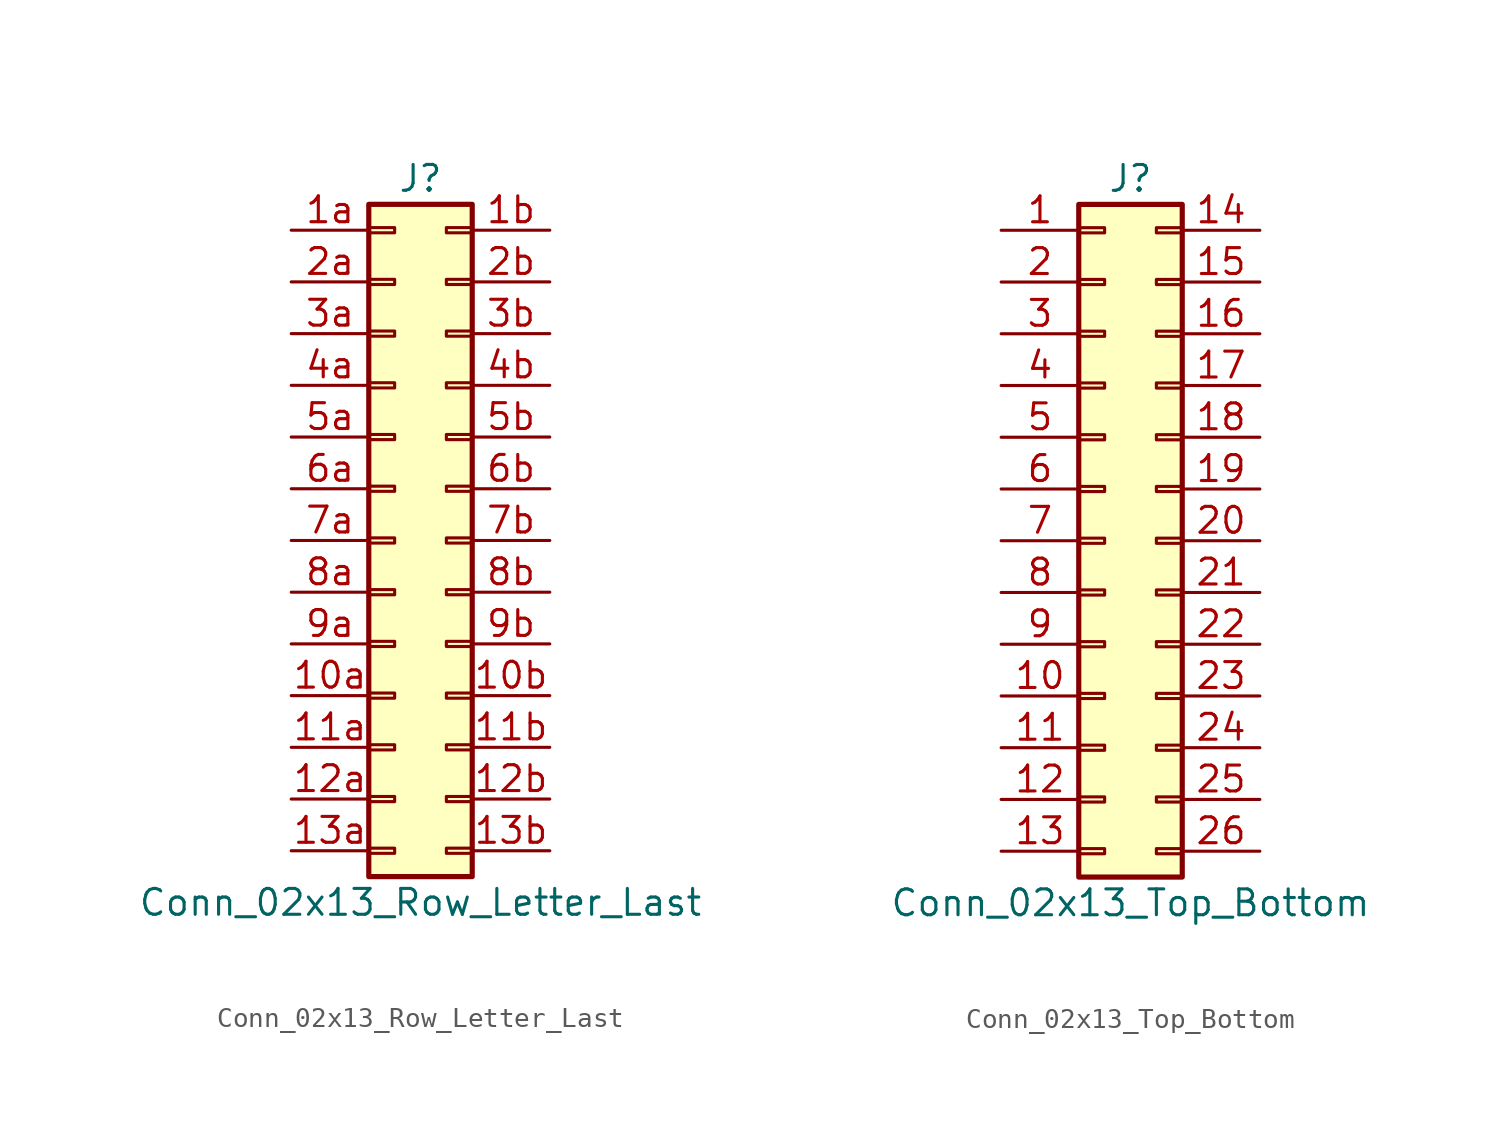
<source format=kicad_sym>
(kicad_symbol_lib
  (version 20201005)
  (generator kicad_symbol_editor)
  (symbol "Connector_Generic:Conn_02x13_Row_Letter_Last"
    (pin_names
      (offset 1.016) hide)
    (property "Reference" "J"
      (at 1.27 17.78 0)
      (effects (font (size 1.27 1.27))))
    (property "Value" "Conn_02x13_Row_Letter_Last"
      (at 1.27 -17.78 0)
      (effects (font (size 1.27 1.27))))
    (symbol "Conn_02x13_Row_Letter_Last_1_1"
      (rectangle (start -1.27 -4.953) (end 0 -5.207) (stroke (width 0.152)) (fill (type none)))
      (rectangle (start -1.27 -7.493) (end 0 -7.747) (stroke (width 0.152)) (fill (type none)))
      (rectangle (start -1.27 -10.033) (end 0 -10.287) (stroke (width 0.152)) (fill (type none)))
      (rectangle (start -1.27 -12.573) (end 0 -12.827) (stroke (width 0.152)) (fill (type none)))
      (rectangle (start -1.27 -15.113) (end 0 -15.367) (stroke (width 0.152)) (fill (type none)))
      (rectangle (start -1.27 -2.413) (end 0 -2.667) (stroke (width 0.152)) (fill (type none)))
      (rectangle (start -1.27 2.667) (end 0 2.413) (stroke (width 0.152)) (fill (type none)))
      (rectangle (start -1.27 5.207) (end 0 4.953) (stroke (width 0.152)) (fill (type none)))
      (rectangle (start -1.27 7.747) (end 0 7.493) (stroke (width 0.152)) (fill (type none)))
      (rectangle (start -1.27 10.287) (end 0 10.033) (stroke (width 0.152)) (fill (type none)))
      (rectangle (start -1.27 0.127) (end 0 -0.127) (stroke (width 0.152)) (fill (type none)))
      (rectangle (start -1.27 12.827) (end 0 12.573) (stroke (width 0.152)) (fill (type none)))
      (rectangle (start -1.27 15.367) (end 0 15.113) (stroke (width 0.152)) (fill (type none)))
      (rectangle (start -1.27 16.51) (end 3.81 -16.51) (stroke (width 0.254)) (fill (type background)))
      (rectangle (start 3.81 -4.953) (end 2.54 -5.207) (stroke (width 0.152)) (fill (type none)))
      (rectangle (start 3.81 -7.493) (end 2.54 -7.747) (stroke (width 0.152)) (fill (type none)))
      (rectangle (start 3.81 -10.033) (end 2.54 -10.287) (stroke (width 0.152)) (fill (type none)))
      (rectangle (start 3.81 -12.573) (end 2.54 -12.827) (stroke (width 0.152)) (fill (type none)))
      (rectangle (start 3.81 -15.113) (end 2.54 -15.367) (stroke (width 0.152)) (fill (type none)))
      (rectangle (start 3.81 -2.413) (end 2.54 -2.667) (stroke (width 0.152)) (fill (type none)))
      (rectangle (start 3.81 2.667) (end 2.54 2.413) (stroke (width 0.152)) (fill (type none)))
      (rectangle (start 3.81 5.207) (end 2.54 4.953) (stroke (width 0.152)) (fill (type none)))
      (rectangle (start 3.81 7.747) (end 2.54 7.493) (stroke (width 0.152)) (fill (type none)))
      (rectangle (start 3.81 10.287) (end 2.54 10.033) (stroke (width 0.152)) (fill (type none)))
      (rectangle (start 3.81 0.127) (end 2.54 -0.127) (stroke (width 0.152)) (fill (type none)))
      (rectangle (start 3.81 12.827) (end 2.54 12.573) (stroke (width 0.152)) (fill (type none)))
      (rectangle (start 3.81 15.367) (end 2.54 15.113) (stroke (width 0.152)) (fill (type none)))
      (pin passive line (at -5.08 -7.62 0) (length 3.81) (name "Pin_10a" (effects (font (size 1.27 1.27)))) (number "10a" (effects (font (size 1.27 1.27)))))
      (pin passive line (at 7.62 -7.62 180) (length 3.81) (name "Pin_10b" (effects (font (size 1.27 1.27)))) (number "10b" (effects (font (size 1.27 1.27)))))
      (pin passive line (at -5.08 -10.16 0) (length 3.81) (name "Pin_11a" (effects (font (size 1.27 1.27)))) (number "11a" (effects (font (size 1.27 1.27)))))
      (pin passive line (at 7.62 -10.16 180) (length 3.81) (name "Pin_11b" (effects (font (size 1.27 1.27)))) (number "11b" (effects (font (size 1.27 1.27)))))
      (pin passive line (at -5.08 -12.7 0) (length 3.81) (name "Pin_12a" (effects (font (size 1.27 1.27)))) (number "12a" (effects (font (size 1.27 1.27)))))
      (pin passive line (at 7.62 -12.7 180) (length 3.81) (name "Pin_12b" (effects (font (size 1.27 1.27)))) (number "12b" (effects (font (size 1.27 1.27)))))
      (pin passive line (at -5.08 -15.24 0) (length 3.81) (name "Pin_13a" (effects (font (size 1.27 1.27)))) (number "13a" (effects (font (size 1.27 1.27)))))
      (pin passive line (at 7.62 -15.24 180) (length 3.81) (name "Pin_13b" (effects (font (size 1.27 1.27)))) (number "13b" (effects (font (size 1.27 1.27)))))
      (pin passive line (at -5.08 15.24 0) (length 3.81) (name "Pin_1a" (effects (font (size 1.27 1.27)))) (number "1a" (effects (font (size 1.27 1.27)))))
      (pin passive line (at 7.62 15.24 180) (length 3.81) (name "Pin_1b" (effects (font (size 1.27 1.27)))) (number "1b" (effects (font (size 1.27 1.27)))))
      (pin passive line (at -5.08 12.7 0) (length 3.81) (name "Pin_2a" (effects (font (size 1.27 1.27)))) (number "2a" (effects (font (size 1.27 1.27)))))
      (pin passive line (at 7.62 12.7 180) (length 3.81) (name "Pin_2b" (effects (font (size 1.27 1.27)))) (number "2b" (effects (font (size 1.27 1.27)))))
      (pin passive line (at -5.08 10.16 0) (length 3.81) (name "Pin_3a" (effects (font (size 1.27 1.27)))) (number "3a" (effects (font (size 1.27 1.27)))))
      (pin passive line (at 7.62 10.16 180) (length 3.81) (name "Pin_3b" (effects (font (size 1.27 1.27)))) (number "3b" (effects (font (size 1.27 1.27)))))
      (pin passive line (at -5.08 7.62 0) (length 3.81) (name "Pin_4a" (effects (font (size 1.27 1.27)))) (number "4a" (effects (font (size 1.27 1.27)))))
      (pin passive line (at 7.62 7.62 180) (length 3.81) (name "Pin_4b" (effects (font (size 1.27 1.27)))) (number "4b" (effects (font (size 1.27 1.27)))))
      (pin passive line (at -5.08 5.08 0) (length 3.81) (name "Pin_5a" (effects (font (size 1.27 1.27)))) (number "5a" (effects (font (size 1.27 1.27)))))
      (pin passive line (at 7.62 5.08 180) (length 3.81) (name "Pin_5b" (effects (font (size 1.27 1.27)))) (number "5b" (effects (font (size 1.27 1.27)))))
      (pin passive line (at -5.08 2.54 0) (length 3.81) (name "Pin_6a" (effects (font (size 1.27 1.27)))) (number "6a" (effects (font (size 1.27 1.27)))))
      (pin passive line (at 7.62 2.54 180) (length 3.81) (name "Pin_6b" (effects (font (size 1.27 1.27)))) (number "6b" (effects (font (size 1.27 1.27)))))
      (pin passive line (at -5.08 0 0) (length 3.81) (name "Pin_7a" (effects (font (size 1.27 1.27)))) (number "7a" (effects (font (size 1.27 1.27)))))
      (pin passive line (at 7.62 0 180) (length 3.81) (name "Pin_7b" (effects (font (size 1.27 1.27)))) (number "7b" (effects (font (size 1.27 1.27)))))
      (pin passive line (at -5.08 -2.54 0) (length 3.81) (name "Pin_8a" (effects (font (size 1.27 1.27)))) (number "8a" (effects (font (size 1.27 1.27)))))
      (pin passive line (at 7.62 -2.54 180) (length 3.81) (name "Pin_8b" (effects (font (size 1.27 1.27)))) (number "8b" (effects (font (size 1.27 1.27)))))
      (pin passive line (at -5.08 -5.08 0) (length 3.81) (name "Pin_9a" (effects (font (size 1.27 1.27)))) (number "9a" (effects (font (size 1.27 1.27)))))
      (pin passive line (at 7.62 -5.08 180) (length 3.81) (name "Pin_9b" (effects (font (size 1.27 1.27)))) (number "9b" (effects (font (size 1.27 1.27)))))))
  (symbol "Connector_Generic:Conn_02x13_Top_Bottom"
    (pin_names
      (offset 1.016) hide)
    (property "Reference" "J"
      (at 1.27 17.78 0)
      (effects (font (size 1.27 1.27))))
    (property "Value" "Conn_02x13_Top_Bottom"
      (at 1.27 -17.78 0)
      (effects (font (size 1.27 1.27))))
    (symbol "Conn_02x13_Top_Bottom_1_1"
      (rectangle (start -1.27 -4.953) (end 0 -5.207) (stroke (width 0.152)) (fill (type none)))
      (rectangle (start -1.27 -7.493) (end 0 -7.747) (stroke (width 0.152)) (fill (type none)))
      (rectangle (start -1.27 -10.033) (end 0 -10.287) (stroke (width 0.152)) (fill (type none)))
      (rectangle (start -1.27 -12.573) (end 0 -12.827) (stroke (width 0.152)) (fill (type none)))
      (rectangle (start -1.27 -15.113) (end 0 -15.367) (stroke (width 0.152)) (fill (type none)))
      (rectangle (start -1.27 -2.413) (end 0 -2.667) (stroke (width 0.152)) (fill (type none)))
      (rectangle (start -1.27 2.667) (end 0 2.413) (stroke (width 0.152)) (fill (type none)))
      (rectangle (start -1.27 5.207) (end 0 4.953) (stroke (width 0.152)) (fill (type none)))
      (rectangle (start -1.27 7.747) (end 0 7.493) (stroke (width 0.152)) (fill (type none)))
      (rectangle (start -1.27 10.287) (end 0 10.033) (stroke (width 0.152)) (fill (type none)))
      (rectangle (start -1.27 0.127) (end 0 -0.127) (stroke (width 0.152)) (fill (type none)))
      (rectangle (start -1.27 12.827) (end 0 12.573) (stroke (width 0.152)) (fill (type none)))
      (rectangle (start -1.27 15.367) (end 0 15.113) (stroke (width 0.152)) (fill (type none)))
      (rectangle (start -1.27 16.51) (end 3.81 -16.51) (stroke (width 0.254)) (fill (type background)))
      (rectangle (start 3.81 -4.953) (end 2.54 -5.207) (stroke (width 0.152)) (fill (type none)))
      (rectangle (start 3.81 -7.493) (end 2.54 -7.747) (stroke (width 0.152)) (fill (type none)))
      (rectangle (start 3.81 -10.033) (end 2.54 -10.287) (stroke (width 0.152)) (fill (type none)))
      (rectangle (start 3.81 -12.573) (end 2.54 -12.827) (stroke (width 0.152)) (fill (type none)))
      (rectangle (start 3.81 -15.113) (end 2.54 -15.367) (stroke (width 0.152)) (fill (type none)))
      (rectangle (start 3.81 -2.413) (end 2.54 -2.667) (stroke (width 0.152)) (fill (type none)))
      (rectangle (start 3.81 2.667) (end 2.54 2.413) (stroke (width 0.152)) (fill (type none)))
      (rectangle (start 3.81 5.207) (end 2.54 4.953) (stroke (width 0.152)) (fill (type none)))
      (rectangle (start 3.81 7.747) (end 2.54 7.493) (stroke (width 0.152)) (fill (type none)))
      (rectangle (start 3.81 10.287) (end 2.54 10.033) (stroke (width 0.152)) (fill (type none)))
      (rectangle (start 3.81 0.127) (end 2.54 -0.127) (stroke (width 0.152)) (fill (type none)))
      (rectangle (start 3.81 12.827) (end 2.54 12.573) (stroke (width 0.152)) (fill (type none)))
      (rectangle (start 3.81 15.367) (end 2.54 15.113) (stroke (width 0.152)) (fill (type none)))
      (pin passive line (at -5.08 15.24 0) (length 3.81) (name "Pin_1" (effects (font (size 1.27 1.27)))) (number "1" (effects (font (size 1.27 1.27)))))
      (pin passive line (at -5.08 -7.62 0) (length 3.81) (name "Pin_10" (effects (font (size 1.27 1.27)))) (number "10" (effects (font (size 1.27 1.27)))))
      (pin passive line (at -5.08 -10.16 0) (length 3.81) (name "Pin_11" (effects (font (size 1.27 1.27)))) (number "11" (effects (font (size 1.27 1.27)))))
      (pin passive line (at -5.08 -12.7 0) (length 3.81) (name "Pin_12" (effects (font (size 1.27 1.27)))) (number "12" (effects (font (size 1.27 1.27)))))
      (pin passive line (at -5.08 -15.24 0) (length 3.81) (name "Pin_13" (effects (font (size 1.27 1.27)))) (number "13" (effects (font (size 1.27 1.27)))))
      (pin passive line (at 7.62 15.24 180) (length 3.81) (name "Pin_14" (effects (font (size 1.27 1.27)))) (number "14" (effects (font (size 1.27 1.27)))))
      (pin passive line (at 7.62 12.7 180) (length 3.81) (name "Pin_15" (effects (font (size 1.27 1.27)))) (number "15" (effects (font (size 1.27 1.27)))))
      (pin passive line (at 7.62 10.16 180) (length 3.81) (name "Pin_16" (effects (font (size 1.27 1.27)))) (number "16" (effects (font (size 1.27 1.27)))))
      (pin passive line (at 7.62 7.62 180) (length 3.81) (name "Pin_17" (effects (font (size 1.27 1.27)))) (number "17" (effects (font (size 1.27 1.27)))))
      (pin passive line (at 7.62 5.08 180) (length 3.81) (name "Pin_18" (effects (font (size 1.27 1.27)))) (number "18" (effects (font (size 1.27 1.27)))))
      (pin passive line (at 7.62 2.54 180) (length 3.81) (name "Pin_19" (effects (font (size 1.27 1.27)))) (number "19" (effects (font (size 1.27 1.27)))))
      (pin passive line (at -5.08 12.7 0) (length 3.81) (name "Pin_2" (effects (font (size 1.27 1.27)))) (number "2" (effects (font (size 1.27 1.27)))))
      (pin passive line (at 7.62 0 180) (length 3.81) (name "Pin_20" (effects (font (size 1.27 1.27)))) (number "20" (effects (font (size 1.27 1.27)))))
      (pin passive line (at 7.62 -2.54 180) (length 3.81) (name "Pin_21" (effects (font (size 1.27 1.27)))) (number "21" (effects (font (size 1.27 1.27)))))
      (pin passive line (at 7.62 -5.08 180) (length 3.81) (name "Pin_22" (effects (font (size 1.27 1.27)))) (number "22" (effects (font (size 1.27 1.27)))))
      (pin passive line (at 7.62 -7.62 180) (length 3.81) (name "Pin_23" (effects (font (size 1.27 1.27)))) (number "23" (effects (font (size 1.27 1.27)))))
      (pin passive line (at 7.62 -10.16 180) (length 3.81) (name "Pin_24" (effects (font (size 1.27 1.27)))) (number "24" (effects (font (size 1.27 1.27)))))
      (pin passive line (at 7.62 -12.7 180) (length 3.81) (name "Pin_25" (effects (font (size 1.27 1.27)))) (number "25" (effects (font (size 1.27 1.27)))))
      (pin passive line (at 7.62 -15.24 180) (length 3.81) (name "Pin_26" (effects (font (size 1.27 1.27)))) (number "26" (effects (font (size 1.27 1.27)))))
      (pin passive line (at -5.08 10.16 0) (length 3.81) (name "Pin_3" (effects (font (size 1.27 1.27)))) (number "3" (effects (font (size 1.27 1.27)))))
      (pin passive line (at -5.08 7.62 0) (length 3.81) (name "Pin_4" (effects (font (size 1.27 1.27)))) (number "4" (effects (font (size 1.27 1.27)))))
      (pin passive line (at -5.08 5.08 0) (length 3.81) (name "Pin_5" (effects (font (size 1.27 1.27)))) (number "5" (effects (font (size 1.27 1.27)))))
      (pin passive line (at -5.08 2.54 0) (length 3.81) (name "Pin_6" (effects (font (size 1.27 1.27)))) (number "6" (effects (font (size 1.27 1.27)))))
      (pin passive line (at -5.08 0 0) (length 3.81) (name "Pin_7" (effects (font (size 1.27 1.27)))) (number "7" (effects (font (size 1.27 1.27)))))
      (pin passive line (at -5.08 -2.54 0) (length 3.81) (name "Pin_8" (effects (font (size 1.27 1.27)))) (number "8" (effects (font (size 1.27 1.27)))))
      (pin passive line (at -5.08 -5.08 0) (length 3.81) (name "Pin_9" (effects (font (size 1.27 1.27)))) (number "9" (effects (font (size 1.27 1.27))))))))
</source>
